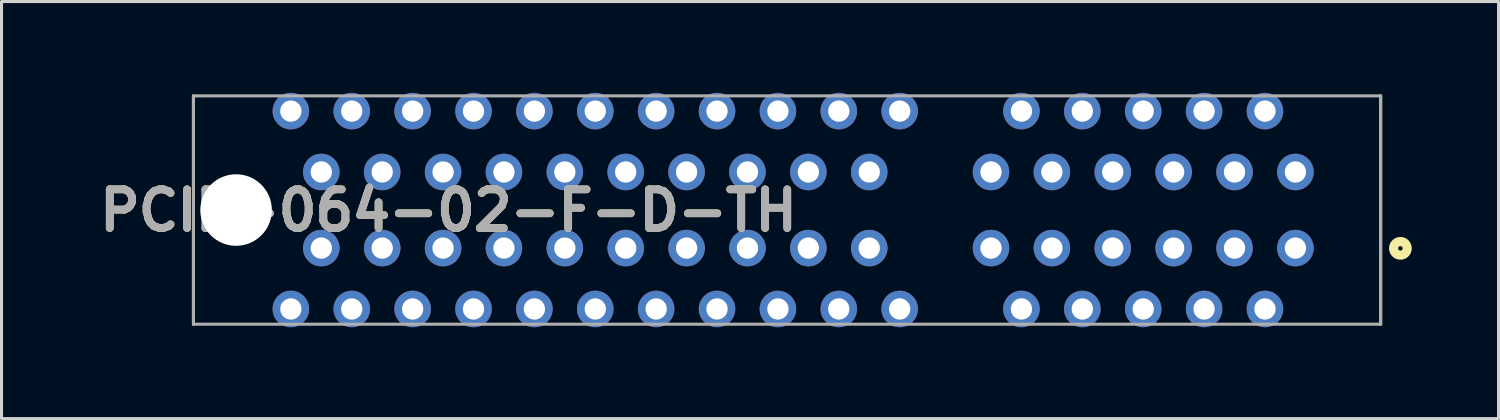
<source format=kicad_pcb>
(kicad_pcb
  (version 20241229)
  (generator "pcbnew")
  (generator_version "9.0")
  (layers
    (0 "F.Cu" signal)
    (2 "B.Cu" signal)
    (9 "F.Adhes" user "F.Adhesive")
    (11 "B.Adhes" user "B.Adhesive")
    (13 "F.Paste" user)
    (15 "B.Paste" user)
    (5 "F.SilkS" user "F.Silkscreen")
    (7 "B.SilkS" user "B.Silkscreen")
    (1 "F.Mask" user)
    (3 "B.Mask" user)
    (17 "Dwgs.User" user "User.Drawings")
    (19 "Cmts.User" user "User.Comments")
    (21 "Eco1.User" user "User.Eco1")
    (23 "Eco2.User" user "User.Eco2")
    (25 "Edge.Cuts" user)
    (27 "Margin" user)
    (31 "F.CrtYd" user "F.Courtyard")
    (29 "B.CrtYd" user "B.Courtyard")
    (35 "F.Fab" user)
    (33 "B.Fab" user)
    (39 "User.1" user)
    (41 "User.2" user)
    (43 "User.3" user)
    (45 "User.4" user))
  (footprint "PCIE-064-02-F-D-TH"
    (layer "F.Cu")
    (at 3.305 3.85)
    (property "Reference" "PCIE-064-02-F-D-TH" (at 8.379 0.016 180) (layer "F.SilkS") (effects (font (size 1.27 1.27) (thickness 0.254))))
    (attr through_hole)
    (fp_line (start 0 -3.75) (end 0 3.75) (stroke (width 0.1) (type solid)) (layer "F.SilkS"))
    (fp_line (start 39 -3.75) (end 39 3.75) (stroke (width 0.1) (type solid)) (layer "F.SilkS"))
    (fp_circle (center 39.649 1.258) (end 39.649 1.332) (stroke (width 0.3) (type solid)) (fill no) (layer "F.SilkS"))
    (fp_line (start 0 -3.75) (end 39 -3.75) (stroke (width 0.1) (type solid)) (layer "F.Fab"))
    (fp_line (start 0 3.75) (end 0 -3.75) (stroke (width 0.1) (type solid)) (layer "F.Fab"))
    (fp_line (start 39 -3.75) (end 39 3.75) (stroke (width 0.1) (type solid)) (layer "F.Fab"))
    (fp_line (start 39 3.75) (end 0 3.75) (stroke (width 0.1) (type solid)) (layer "F.Fab"))
    (fp_text user "${REFERENCE}" (at 8.379 0.016 180) (layer "F.Fab") (effects (font (size 1.27 1.27) (thickness 0.254))))
    (pad "" np_thru_hole circle (at 1.4 0) (size 2.35 2.35) (drill 2.35) (layers "*.Cu" "*.Mask"))
    (pad "" np_thru_hole circle (at 24.55 0 90) (size 0.001 0.001) (drill 2.35) (layers "*.Cu" "*.Mask"))
    (pad "A1" thru_hole circle (at 36.2 1.25) (size 1.2 1.2) (drill 0.7) (layers "*.Cu" "*.Mask"))
    (pad "A2" thru_hole circle (at 35.2 3.25) (size 1.2 1.2) (drill 0.7) (layers "*.Cu" "*.Mask"))
    (pad "A3" thru_hole circle (at 34.2 1.25) (size 1.2 1.2) (drill 0.7) (layers "*.Cu" "*.Mask"))
    (pad "A4" thru_hole circle (at 33.2 3.25) (size 1.2 1.2) (drill 0.7) (layers "*.Cu" "*.Mask"))
    (pad "A5" thru_hole circle (at 32.2 1.25) (size 1.2 1.2) (drill 0.7) (layers "*.Cu" "*.Mask"))
    (pad "A6" thru_hole circle (at 31.2 3.25) (size 1.2 1.2) (drill 0.7) (layers "*.Cu" "*.Mask"))
    (pad "A7" thru_hole circle (at 30.2 1.25) (size 1.2 1.2) (drill 0.7) (layers "*.Cu" "*.Mask"))
    (pad "A8" thru_hole circle (at 29.2 3.25) (size 1.2 1.2) (drill 0.7) (layers "*.Cu" "*.Mask"))
    (pad "A9" thru_hole circle (at 28.2 1.25) (size 1.2 1.2) (drill 0.7) (layers "*.Cu" "*.Mask"))
    (pad "A10" thru_hole circle (at 27.2 3.25) (size 1.2 1.2) (drill 0.7) (layers "*.Cu" "*.Mask"))
    (pad "A11" thru_hole circle (at 26.2 1.25) (size 1.2 1.2) (drill 0.7) (layers "*.Cu" "*.Mask"))
    (pad "A12" thru_hole circle (at 23.2 3.25) (size 1.2 1.2) (drill 0.7) (layers "*.Cu" "*.Mask"))
    (pad "A13" thru_hole circle (at 22.2 1.25) (size 1.2 1.2) (drill 0.7) (layers "*.Cu" "*.Mask"))
    (pad "A14" thru_hole circle (at 21.2 3.25) (size 1.2 1.2) (drill 0.7) (layers "*.Cu" "*.Mask"))
    (pad "A15" thru_hole circle (at 20.2 1.25) (size 1.2 1.2) (drill 0.7) (layers "*.Cu" "*.Mask"))
    (pad "A16" thru_hole circle (at 19.2 3.25) (size 1.2 1.2) (drill 0.7) (layers "*.Cu" "*.Mask"))
    (pad "A17" thru_hole circle (at 18.2 1.25) (size 1.2 1.2) (drill 0.7) (layers "*.Cu" "*.Mask"))
    (pad "A18" thru_hole circle (at 17.2 3.25) (size 1.2 1.2) (drill 0.7) (layers "*.Cu" "*.Mask"))
    (pad "A19" thru_hole circle (at 16.2 1.25) (size 1.2 1.2) (drill 0.7) (layers "*.Cu" "*.Mask"))
    (pad "A20" thru_hole circle (at 15.2 3.25) (size 1.2 1.2) (drill 0.7) (layers "*.Cu" "*.Mask"))
    (pad "A21" thru_hole circle (at 14.2 1.25) (size 1.2 1.2) (drill 0.7) (layers "*.Cu" "*.Mask"))
    (pad "A22" thru_hole circle (at 13.2 3.25) (size 1.2 1.2) (drill 0.7) (layers "*.Cu" "*.Mask"))
    (pad "A23" thru_hole circle (at 12.2 1.25) (size 1.2 1.2) (drill 0.7) (layers "*.Cu" "*.Mask"))
    (pad "A24" thru_hole circle (at 11.2 3.25) (size 1.2 1.2) (drill 0.7) (layers "*.Cu" "*.Mask"))
    (pad "A25" thru_hole circle (at 10.2 1.25) (size 1.2 1.2) (drill 0.7) (layers "*.Cu" "*.Mask"))
    (pad "A26" thru_hole circle (at 9.2 3.25) (size 1.2 1.2) (drill 0.7) (layers "*.Cu" "*.Mask"))
    (pad "A27" thru_hole circle (at 8.2 1.25) (size 1.2 1.2) (drill 0.7) (layers "*.Cu" "*.Mask"))
    (pad "A28" thru_hole circle (at 7.2 3.25) (size 1.2 1.2) (drill 0.7) (layers "*.Cu" "*.Mask"))
    (pad "A29" thru_hole circle (at 6.2 1.25) (size 1.2 1.2) (drill 0.7) (layers "*.Cu" "*.Mask"))
    (pad "A30" thru_hole circle (at 5.2 3.25) (size 1.2 1.2) (drill 0.7) (layers "*.Cu" "*.Mask"))
    (pad "A31" thru_hole circle (at 4.2 1.25) (size 1.2 1.2) (drill 0.7) (layers "*.Cu" "*.Mask"))
    (pad "A32" thru_hole circle (at 3.2 3.25) (size 1.2 1.2) (drill 0.7) (layers "*.Cu" "*.Mask"))
    (pad "B1" thru_hole circle (at 36.2 -1.25) (size 1.2 1.2) (drill 0.7) (layers "*.Cu" "*.Mask"))
    (pad "B2" thru_hole circle (at 35.2 -3.25) (size 1.2 1.2) (drill 0.7) (layers "*.Cu" "*.Mask"))
    (pad "B3" thru_hole circle (at 34.2 -1.25) (size 1.2 1.2) (drill 0.7) (layers "*.Cu" "*.Mask"))
    (pad "B4" thru_hole circle (at 33.2 -3.25) (size 1.2 1.2) (drill 0.7) (layers "*.Cu" "*.Mask"))
    (pad "B5" thru_hole circle (at 32.2 -1.25) (size 1.2 1.2) (drill 0.7) (layers "*.Cu" "*.Mask"))
    (pad "B6" thru_hole circle (at 31.2 -3.25) (size 1.2 1.2) (drill 0.7) (layers "*.Cu" "*.Mask"))
    (pad "B7" thru_hole circle (at 30.2 -1.25) (size 1.2 1.2) (drill 0.7) (layers "*.Cu" "*.Mask"))
    (pad "B8" thru_hole circle (at 29.2 -3.25) (size 1.2 1.2) (drill 0.7) (layers "*.Cu" "*.Mask"))
    (pad "B9" thru_hole circle (at 28.2 -1.25) (size 1.2 1.2) (drill 0.7) (layers "*.Cu" "*.Mask"))
    (pad "B10" thru_hole circle (at 27.2 -3.25) (size 1.2 1.2) (drill 0.7) (layers "*.Cu" "*.Mask"))
    (pad "B11" thru_hole circle (at 26.2 -1.25) (size 1.2 1.2) (drill 0.7) (layers "*.Cu" "*.Mask"))
    (pad "B12" thru_hole circle (at 23.2 -3.25) (size 1.2 1.2) (drill 0.7) (layers "*.Cu" "*.Mask"))
    (pad "B13" thru_hole circle (at 22.2 -1.25) (size 1.2 1.2) (drill 0.7) (layers "*.Cu" "*.Mask"))
    (pad "B14" thru_hole circle (at 21.2 -3.25) (size 1.2 1.2) (drill 0.7) (layers "*.Cu" "*.Mask"))
    (pad "B15" thru_hole circle (at 20.2 -1.25) (size 1.2 1.2) (drill 0.7) (layers "*.Cu" "*.Mask"))
    (pad "B16" thru_hole circle (at 19.2 -3.25) (size 1.2 1.2) (drill 0.7) (layers "*.Cu" "*.Mask"))
    (pad "B17" thru_hole circle (at 18.2 -1.25) (size 1.2 1.2) (drill 0.7) (layers "*.Cu" "*.Mask"))
    (pad "B18" thru_hole circle (at 17.2 -3.25) (size 1.2 1.2) (drill 0.7) (layers "*.Cu" "*.Mask"))
    (pad "B19" thru_hole circle (at 16.2 -1.25) (size 1.2 1.2) (drill 0.7) (layers "*.Cu" "*.Mask"))
    (pad "B20" thru_hole circle (at 15.2 -3.25) (size 1.2 1.2) (drill 0.7) (layers "*.Cu" "*.Mask"))
    (pad "B21" thru_hole circle (at 14.2 -1.25) (size 1.2 1.2) (drill 0.7) (layers "*.Cu" "*.Mask"))
    (pad "B22" thru_hole circle (at 13.2 -3.25) (size 1.2 1.2) (drill 0.7) (layers "*.Cu" "*.Mask"))
    (pad "B23" thru_hole circle (at 12.2 -1.25) (size 1.2 1.2) (drill 0.7) (layers "*.Cu" "*.Mask"))
    (pad "B24" thru_hole circle (at 11.2 -3.25) (size 1.2 1.2) (drill 0.7) (layers "*.Cu" "*.Mask"))
    (pad "B25" thru_hole circle (at 10.2 -1.25) (size 1.2 1.2) (drill 0.7) (layers "*.Cu" "*.Mask"))
    (pad "B26" thru_hole circle (at 9.2 -3.25) (size 1.2 1.2) (drill 0.7) (layers "*.Cu" "*.Mask"))
    (pad "B27" thru_hole circle (at 8.2 -1.25) (size 1.2 1.2) (drill 0.7) (layers "*.Cu" "*.Mask"))
    (pad "B28" thru_hole circle (at 7.2 -3.25) (size 1.2 1.2) (drill 0.7) (layers "*.Cu" "*.Mask"))
    (pad "B29" thru_hole circle (at 6.2 -1.25) (size 1.2 1.2) (drill 0.7) (layers "*.Cu" "*.Mask"))
    (pad "B30" thru_hole circle (at 5.2 -3.25) (size 1.2 1.2) (drill 0.7) (layers "*.Cu" "*.Mask"))
    (pad "B31" thru_hole circle (at 4.2 -1.25) (size 1.2 1.2) (drill 0.7) (layers "*.Cu" "*.Mask"))
    (pad "B32" thru_hole circle (at 3.2 -3.25) (size 1.2 1.2) (drill 0.7) (layers "*.Cu" "*.Mask")))
  (gr_rect
    (start -3 -3)
    (end 46.178 10.7)
    (stroke (width 0.1) (type default))
    (fill no)
    (layer "Edge.Cuts")))
</source>
